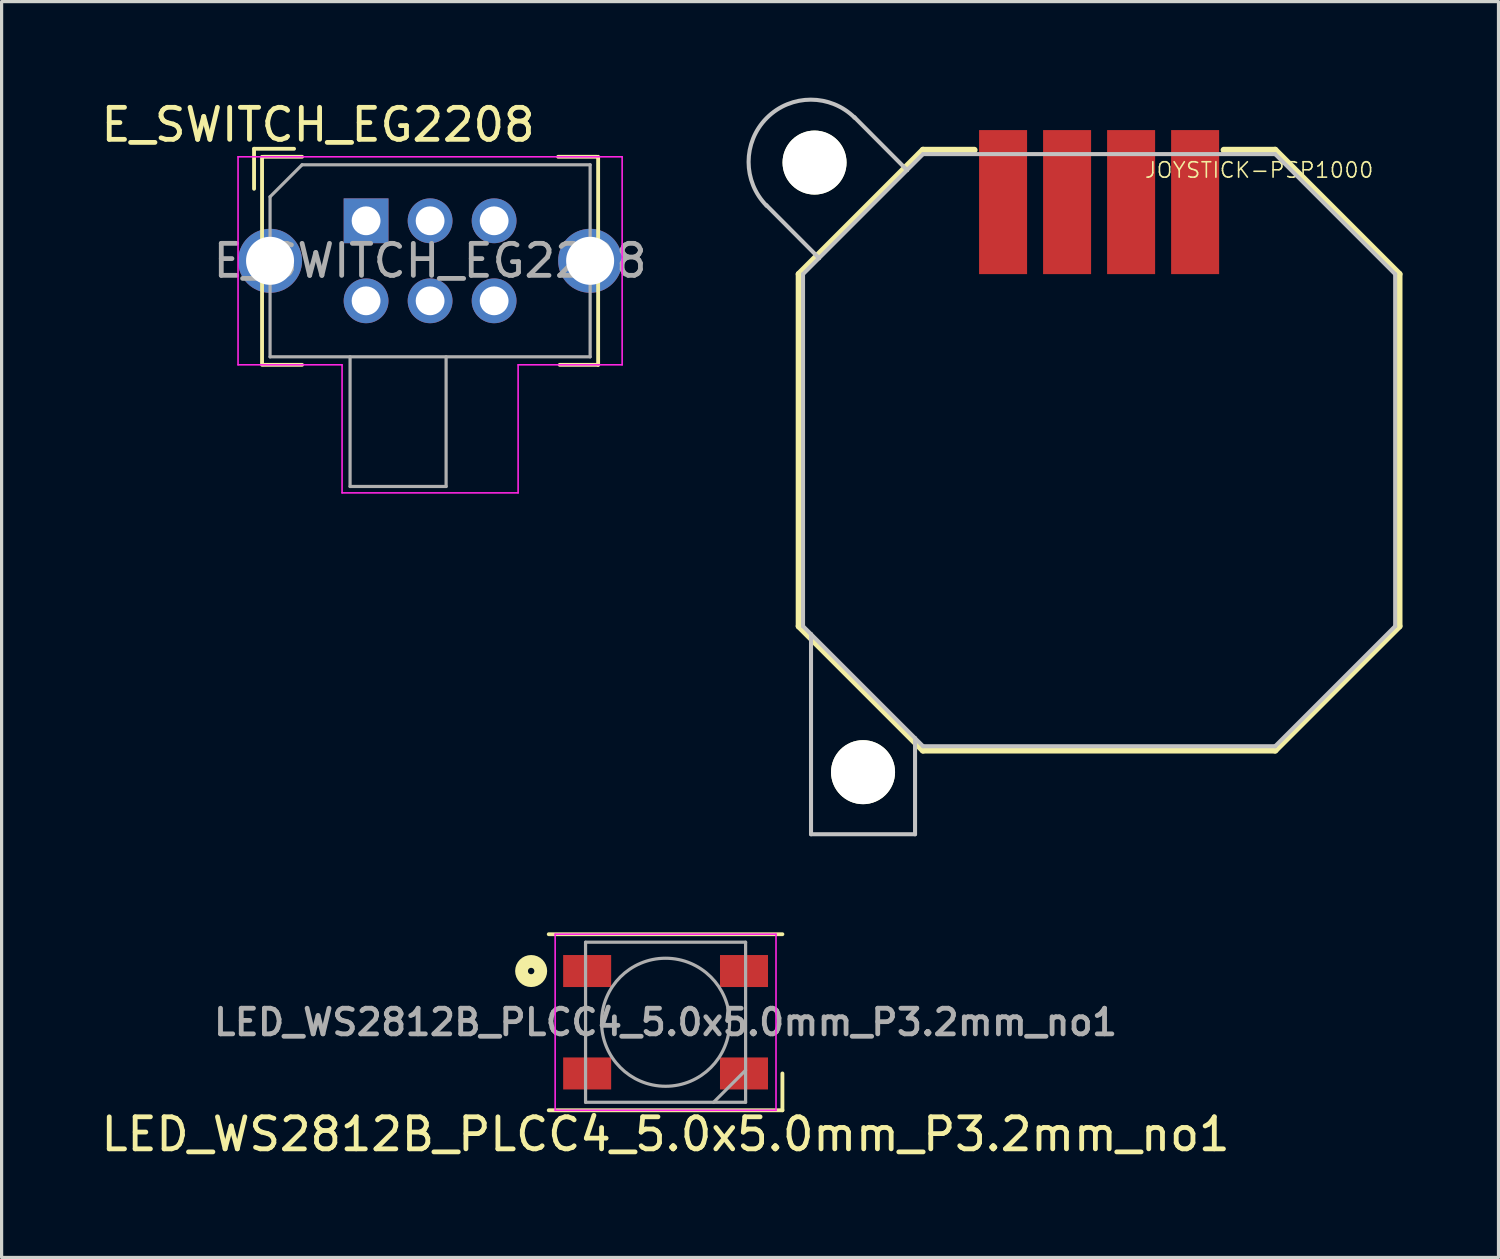
<source format=kicad_pcb>
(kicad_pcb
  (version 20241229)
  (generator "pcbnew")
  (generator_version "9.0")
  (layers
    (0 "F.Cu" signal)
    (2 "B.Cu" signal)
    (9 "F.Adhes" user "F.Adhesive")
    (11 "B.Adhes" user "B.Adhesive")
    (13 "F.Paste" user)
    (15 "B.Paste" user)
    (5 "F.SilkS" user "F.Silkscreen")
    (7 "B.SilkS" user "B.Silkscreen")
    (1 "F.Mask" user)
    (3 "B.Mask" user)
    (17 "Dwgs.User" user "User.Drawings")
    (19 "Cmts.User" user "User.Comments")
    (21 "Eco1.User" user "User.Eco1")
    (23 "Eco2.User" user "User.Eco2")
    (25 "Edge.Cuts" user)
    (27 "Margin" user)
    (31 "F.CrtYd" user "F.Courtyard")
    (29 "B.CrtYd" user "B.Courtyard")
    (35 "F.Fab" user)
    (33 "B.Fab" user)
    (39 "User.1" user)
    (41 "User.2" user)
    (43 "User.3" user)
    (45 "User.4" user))
  (footprint "E_SWITCH_EG2208"
    (layer "F.Cu")
    (at 8.387 3.848)
    (property "Reference" "E_SWITCH_EG2208" (at -1.5 -3 0) (layer "F.SilkS") (effects (font (size 1 1) (thickness 0.15))))
    (attr through_hole)
    (fp_line (start -3.5 -2.25) (end -3.5 -1) (stroke (width 0.12) (type solid)) (layer "F.SilkS"))
    (fp_line (start -3.25 -2) (end -3.25 4.5) (stroke (width 0.12) (type solid)) (layer "F.SilkS"))
    (fp_line (start -3.2 4.5) (end -2 4.5) (stroke (width 0.12) (type solid)) (layer "F.SilkS"))
    (fp_line (start -2.25 -2.25) (end -3.5 -2.25) (stroke (width 0.12) (type solid)) (layer "F.SilkS"))
    (fp_line (start -2 -2) (end -3.2 -2) (stroke (width 0.12) (type solid)) (layer "F.SilkS"))
    (fp_line (start 6 -2) (end 7.2 -2) (stroke (width 0.12) (type solid)) (layer "F.SilkS"))
    (fp_line (start 7.25 -2) (end 7.25 4.5) (stroke (width 0.12) (type solid)) (layer "F.SilkS"))
    (fp_line (start 7.25 4.5) (end 6.05 4.5) (stroke (width 0.12) (type solid)) (layer "F.SilkS"))
    (fp_line (start -4 -2) (end 8 -2) (stroke (width 0.05) (type solid)) (layer "F.CrtYd"))
    (fp_line (start -4 4.5) (end -4 -2) (stroke (width 0.05) (type solid)) (layer "F.CrtYd"))
    (fp_line (start -0.75 4.5) (end -4 4.5) (stroke (width 0.05) (type solid)) (layer "F.CrtYd"))
    (fp_line (start -0.75 4.5) (end -0.75 8.5) (stroke (width 0.05) (type solid)) (layer "F.CrtYd"))
    (fp_line (start 4.75 8.5) (end -0.75 8.5) (stroke (width 0.05) (type solid)) (layer "F.CrtYd"))
    (fp_line (start 4.75 8.5) (end 4.75 4.5) (stroke (width 0.05) (type solid)) (layer "F.CrtYd"))
    (fp_line (start 8 -2) (end 8 4.5) (stroke (width 0.05) (type solid)) (layer "F.CrtYd"))
    (fp_line (start 8 4.5) (end 4.75 4.5) (stroke (width 0.05) (type solid)) (layer "F.CrtYd"))
    (fp_line (start -3 4.25) (end -3 -0.75) (stroke (width 0.1) (type solid)) (layer "F.Fab"))
    (fp_line (start -2 -1.75) (end -3 -0.75) (stroke (width 0.1) (type solid)) (layer "F.Fab"))
    (fp_line (start -2 -1.75) (end 7 -1.75) (stroke (width 0.1) (type solid)) (layer "F.Fab"))
    (fp_line (start -0.5 4.25) (end -0.5 8.3) (stroke (width 0.1) (type solid)) (layer "F.Fab"))
    (fp_line (start -0.5 8.3) (end 2.5 8.3) (stroke (width 0.1) (type solid)) (layer "F.Fab"))
    (fp_line (start 2.5 8.3) (end 2.5 4.25) (stroke (width 0.1) (type solid)) (layer "F.Fab"))
    (fp_line (start 7 -1.75) (end 7 4.25) (stroke (width 0.1) (type solid)) (layer "F.Fab"))
    (fp_line (start 7 4.25) (end -3 4.25) (stroke (width 0.1) (type solid)) (layer "F.Fab"))
    (fp_text user "${REFERENCE}" (at 2 1.25 0) (layer "F.Fab") (effects (font (size 1 1) (thickness 0.15))))
    (pad "1" thru_hole rect (at 0 0) (size 1.4 1.4) (drill 0.9) (layers "*.Cu" "*.Mask"))
    (pad "2" thru_hole circle (at 2 0) (size 1.4 1.4) (drill 0.9) (layers "*.Cu" "*.Mask"))
    (pad "3" thru_hole circle (at 4 0) (size 1.4 1.4) (drill 0.9) (layers "*.Cu" "*.Mask"))
    (pad "4" thru_hole circle (at 0 2.5) (size 1.4 1.4) (drill 0.9) (layers "*.Cu" "*.Mask"))
    (pad "5" thru_hole circle (at 2 2.5) (size 1.4 1.4) (drill 0.9) (layers "*.Cu" "*.Mask"))
    (pad "6" thru_hole circle (at 4 2.5) (size 1.4 1.4) (drill 0.9) (layers "*.Cu" "*.Mask"))
    (pad "7" thru_hole circle (at -3 1.25) (size 2 2) (drill 1.5) (layers "*.Cu" "*.Mask"))
    (pad "8" thru_hole circle (at 7 1.25) (size 2 2) (drill 1.5) (layers "*.Cu" "*.Mask")))
  (footprint "JOYSTICK-PSP1000"
    (layer "F.Cu")
    (at 31.288 11.014)
    (property "Reference" "JOYSTICK-PSP1000" (at 5 -8.75 0) (layer "F.SilkS") (effects (font (size 0.481 0.481) (thickness 0.05))))
    (attr smd)
    (fp_line (start -9.377 5.5) (end -9.377 -5.5) (stroke (width 0.203) (type solid)) (layer "F.SilkS"))
    (fp_line (start -9.377 5.5) (end -5.5 9.377) (stroke (width 0.203) (type solid)) (layer "F.SilkS"))
    (fp_line (start -5.5 -9.377) (end -9.377 -5.5) (stroke (width 0.203) (type solid)) (layer "F.SilkS"))
    (fp_line (start -5.5 -9.377) (end -3.898 -9.377) (stroke (width 0.203) (type solid)) (layer "F.SilkS"))
    (fp_line (start -5.5 9.377) (end 5.5 9.377) (stroke (width 0.203) (type solid)) (layer "F.SilkS"))
    (fp_line (start 3.898 -9.377) (end 5.5 -9.377) (stroke (width 0.203) (type solid)) (layer "F.SilkS"))
    (fp_line (start 5.5 -9.377) (end 9.377 -5.5) (stroke (width 0.203) (type solid)) (layer "F.SilkS"))
    (fp_line (start 9.377 5.5) (end 5.5 9.377) (stroke (width 0.203) (type solid)) (layer "F.SilkS"))
    (fp_line (start 9.377 5.5) (end 9.377 -5.5) (stroke (width 0.203) (type solid)) (layer "F.SilkS"))
    (fp_line (start -10.4 -7.658) (end -8.75 -6) (stroke (width 0.127) (type solid)) (layer "Dwgs.User"))
    (fp_line (start -9.25 5.5) (end -9.25 -5.5) (stroke (width 0.127) (type solid)) (layer "Dwgs.User"))
    (fp_line (start -9.25 5.5) (end -9 5.75) (stroke (width 0.127) (type solid)) (layer "Dwgs.User"))
    (fp_line (start -9 5.75) (end -9 12) (stroke (width 0.127) (type solid)) (layer "Dwgs.User"))
    (fp_line (start -9 5.75) (end -5.75 9) (stroke (width 0.127) (type solid)) (layer "Dwgs.User"))
    (fp_line (start -9 12) (end -5.75 12) (stroke (width 0.127) (type solid)) (layer "Dwgs.User"))
    (fp_line (start -8.75 -6) (end -9.25 -5.5) (stroke (width 0.127) (type solid)) (layer "Dwgs.User"))
    (fp_line (start -7.65 -10.408) (end -6 -8.75) (stroke (width 0.127) (type solid)) (layer "Dwgs.User"))
    (fp_line (start -6 -8.75) (end -8.75 -6) (stroke (width 0.127) (type solid)) (layer "Dwgs.User"))
    (fp_line (start -5.75 9) (end -5.5 9.25) (stroke (width 0.127) (type solid)) (layer "Dwgs.User"))
    (fp_line (start -5.75 12) (end -5.75 9) (stroke (width 0.127) (type solid)) (layer "Dwgs.User"))
    (fp_line (start -5.5 -9.25) (end -6 -8.75) (stroke (width 0.127) (type solid)) (layer "Dwgs.User"))
    (fp_line (start -5.5 -9.25) (end 5.5 -9.25) (stroke (width 0.127) (type solid)) (layer "Dwgs.User"))
    (fp_line (start -5.5 9.25) (end 5.5 9.25) (stroke (width 0.127) (type solid)) (layer "Dwgs.User"))
    (fp_line (start 5.5 -9.25) (end 9.25 -5.5) (stroke (width 0.127) (type solid)) (layer "Dwgs.User"))
    (fp_line (start 9.25 5.5) (end 5.5 9.25) (stroke (width 0.127) (type solid)) (layer "Dwgs.User"))
    (fp_line (start 9.25 5.5) (end 9.25 -5.5) (stroke (width 0.127) (type solid)) (layer "Dwgs.User"))
    (fp_arc (start -10.3809 -7.6309) (mid -10.3809 -10.3809) (end -7.6309 -10.3809) (stroke (width 0.127) (type solid)) (layer "Dwgs.User"))
    (pad "" np_thru_hole circle (at -8.89 -8.985) (size 2 2) (drill 2) (layers "*.Cu" "*.Mask" "F.SilkS"))
    (pad "" np_thru_hole circle (at -7.375 10.06) (size 2 2) (drill 2) (layers "*.Cu" "*.Mask" "F.SilkS"))
    (pad "1" smd rect (at 3 -7.75 90) (size 4.5 1.5) (layers "F.Cu" "F.Mask" "F.Paste"))
    (pad "2" smd rect (at 1 -7.75 90) (size 4.5 1.5) (layers "F.Cu" "F.Mask" "F.Paste"))
    (pad "3" smd rect (at -1 -7.75 90) (size 4.5 1.5) (layers "F.Cu" "F.Mask" "F.Paste"))
    (pad "4" smd rect (at -3 -7.75 90) (size 4.5 1.5) (layers "F.Cu" "F.Mask" "F.Paste")))
  (footprint "LED_WS2812B_PLCC4_5.0x5.0mm_P3.2mm_no1"
    (layer "F.Cu")
    (at 17.744 28.887)
    (property "Reference" "LED_WS2812B_PLCC4_5.0x5.0mm_P3.2mm_no1" (at 0 3.5 180) (layer "F.SilkS") (effects (font (size 1 1) (thickness 0.15))))
    (attr smd)
    (fp_line (start -3.65 -2.75) (end 3.65 -2.75) (stroke (width 0.12) (type solid)) (layer "F.SilkS"))
    (fp_line (start -3.65 2.75) (end 3.65 2.75) (stroke (width 0.12) (type solid)) (layer "F.SilkS"))
    (fp_line (start 3.65 2.75) (end 3.65 1.6) (stroke (width 0.12) (type solid)) (layer "F.SilkS"))
    (fp_circle (center -4.2 -1.6) (end -4.1 -1.6) (stroke (width 0.4) (type solid)) (fill no) (layer "F.SilkS"))
    (fp_line (start -3.45 -2.75) (end -3.45 2.75) (stroke (width 0.05) (type solid)) (layer "F.CrtYd"))
    (fp_line (start -3.45 2.75) (end 3.45 2.75) (stroke (width 0.05) (type solid)) (layer "F.CrtYd"))
    (fp_line (start 3.45 -2.75) (end -3.45 -2.75) (stroke (width 0.05) (type solid)) (layer "F.CrtYd"))
    (fp_line (start 3.45 2.75) (end 3.45 -2.75) (stroke (width 0.05) (type solid)) (layer "F.CrtYd"))
    (fp_line (start -2.5 -2.5) (end -2.5 2.5) (stroke (width 0.1) (type solid)) (layer "F.Fab"))
    (fp_line (start -2.5 2.5) (end 2.5 2.5) (stroke (width 0.1) (type solid)) (layer "F.Fab"))
    (fp_line (start 2.5 -2.5) (end -2.5 -2.5) (stroke (width 0.1) (type solid)) (layer "F.Fab"))
    (fp_line (start 2.5 1.5) (end 1.5 2.5) (stroke (width 0.1) (type solid)) (layer "F.Fab"))
    (fp_line (start 2.5 2.5) (end 2.5 -2.5) (stroke (width 0.1) (type solid)) (layer "F.Fab"))
    (fp_circle (center 0 0) (end 0 -2) (stroke (width 0.1) (type solid)) (fill no) (layer "F.Fab"))
    (fp_text user "${REFERENCE}" (at 0 0 180) (layer "F.Fab") (effects (font (size 0.8 0.8) (thickness 0.15))))
    (pad "1" smd rect (at -2.45 -1.6) (size 1.5 1) (layers "F.Cu" "F.Mask" "F.Paste"))
    (pad "2" smd rect (at -2.45 1.6) (size 1.5 1) (layers "F.Cu" "F.Mask" "F.Paste"))
    (pad "3" smd rect (at 2.45 1.6) (size 1.5 1) (layers "F.Cu" "F.Mask" "F.Paste"))
    (pad "4" smd rect (at 2.45 -1.6) (size 1.5 1) (layers "F.Cu" "F.Mask" "F.Paste")))
  (gr_rect
    (start -3 -3)
    (end 43.766 36.236)
    (stroke (width 0.1) (type default))
    (fill no)
    (layer "Edge.Cuts")))
</source>
